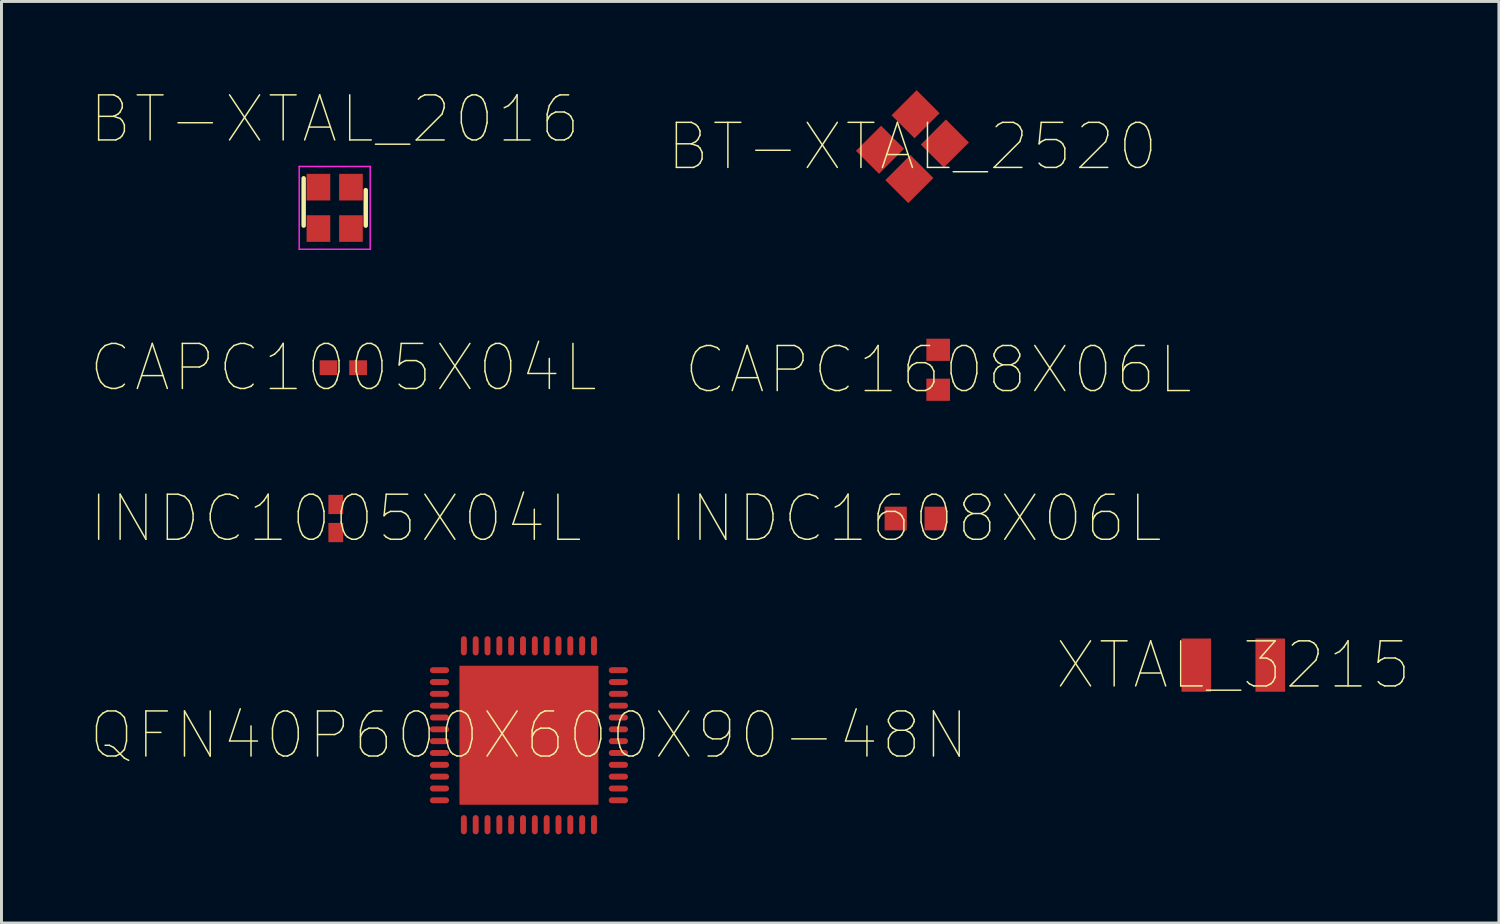
<source format=kicad_pcb>
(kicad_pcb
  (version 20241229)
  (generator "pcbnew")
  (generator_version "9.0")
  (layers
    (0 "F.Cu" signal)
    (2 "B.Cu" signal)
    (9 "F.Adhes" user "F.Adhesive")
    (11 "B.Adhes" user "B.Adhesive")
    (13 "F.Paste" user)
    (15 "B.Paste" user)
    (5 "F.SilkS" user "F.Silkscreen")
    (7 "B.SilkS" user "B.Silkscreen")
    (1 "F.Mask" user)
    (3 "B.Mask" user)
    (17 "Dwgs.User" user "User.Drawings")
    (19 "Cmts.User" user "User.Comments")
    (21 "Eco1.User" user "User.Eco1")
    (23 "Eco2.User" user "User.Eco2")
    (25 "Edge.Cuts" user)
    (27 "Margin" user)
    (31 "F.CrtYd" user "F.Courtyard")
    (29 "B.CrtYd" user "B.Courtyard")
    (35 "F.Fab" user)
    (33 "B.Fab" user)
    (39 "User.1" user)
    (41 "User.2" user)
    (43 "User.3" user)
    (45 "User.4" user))
  (footprint "INDC1608X06L"
    (layer "F.Cu")
    (at 27.914 14.484)
    (property "Reference" "INDC1608X06L" (at 0 0 0) (layer "F.SilkS") (effects (font (size 1.524 1.524) (thickness 0.05))))
    (attr smd)
    (pad "1" smd rect (at 0.675 0 270) (size 0.8 0.75) (layers "F.Cu" "F.Mask" "F.Paste"))
    (pad "2" smd rect (at -0.675 0 270) (size 0.8 0.75) (layers "F.Cu" "F.Mask" "F.Paste")))
  (footprint "XTAL_3215"
    (layer "F.Cu")
    (at 38.654 19.442)
    (property "Reference" "XTAL_3215" (at 0 0 0) (layer "F.SilkS") (effects (font (size 1.524 1.524) (thickness 0.05))))
    (attr smd)
    (pad "1" smd rect (at 1.25 0 180) (size 1 1.8) (layers "F.Cu" "F.Mask" "F.Paste"))
    (pad "2" smd rect (at -1.25 0 180) (size 1 1.8) (layers "F.Cu" "F.Mask" "F.Paste")))
  (footprint "BT-XTAL_2520"
    (layer "F.Cu")
    (at 27.805 1.909)
    (property "Reference" "BT-XTAL_2520" (at 0 0 0) (layer "F.SilkS") (effects (font (size 1.524 1.524) (thickness 0.05))))
    (attr smd)
    (pad "1" smd rect (at 0.106 -1.096 225) (size 1.2 1.1) (layers "F.Cu" "F.Mask" "F.Paste"))
    (pad "2" smd rect (at -0.106 1.096 225) (size 1.2 1.1) (layers "F.Cu" "F.Mask" "F.Paste"))
    (pad "3" smd rect (at -1.096 0.106 225) (size 1.2 1.1) (layers "F.Cu" "F.Mask" "F.Paste"))
    (pad "4" smd rect (at 1.096 -0.106 225) (size 1.2 1.1) (layers "F.Cu" "F.Mask" "F.Paste")))
  (footprint "CAPC1005X04L"
    (layer "F.Cu")
    (at 8.559 9.384)
    (property "Reference" "CAPC1005X04L" (at 0 0 0) (layer "F.SilkS") (effects (font (size 1.524 1.524) (thickness 0.05))))
    (attr smd)
    (pad "1" smd rect (at -0.5 0 90) (size 0.5 0.6) (layers "F.Cu" "F.Mask" "F.Paste"))
    (pad "2" smd rect (at 0.5 0 90) (size 0.5 0.6) (layers "F.Cu" "F.Mask" "F.Paste")))
  (footprint "BT-XTAL_2016"
    (layer "F.Cu")
    (at 8.268 3.979)
    (property "Reference" "BT-XTAL_2016" (at 0 -3 0) (layer "F.SilkS") (effects (font (size 1.524 1.524) (thickness 0.05))))
    (attr smd)
    (fp_line (start -1.05 0.6) (end -1.05 -1) (stroke (width 0.15) (type solid)) (layer "F.SilkS"))
    (fp_line (start 1.05 -0.6) (end 1.05 0.6) (stroke (width 0.15) (type solid)) (layer "F.SilkS"))
    (fp_line (start -1.2 -1.4) (end 1.2 -1.4) (stroke (width 0.05) (type solid)) (layer "F.CrtYd"))
    (fp_line (start -1.2 1.4) (end -1.2 -1.4) (stroke (width 0.05) (type solid)) (layer "F.CrtYd"))
    (fp_line (start 1.2 -1.4) (end 1.2 1.4) (stroke (width 0.05) (type solid)) (layer "F.CrtYd"))
    (fp_line (start 1.2 1.4) (end -1.2 1.4) (stroke (width 0.05) (type solid)) (layer "F.CrtYd"))
    (pad "1" smd rect (at -0.55 -0.7 270) (size 0.9 0.8) (layers "F.Cu" "F.Mask" "F.Paste"))
    (pad "2" smd rect (at -0.55 0.7 270) (size 0.9 0.8) (layers "F.Cu" "F.Mask" "F.Paste"))
    (pad "3" smd rect (at 0.55 0.7 270) (size 0.9 0.8) (layers "F.Cu" "F.Mask" "F.Paste"))
    (pad "4" smd rect (at 0.55 -0.7 270) (size 0.9 0.8) (layers "F.Cu" "F.Mask" "F.Paste")))
  (footprint "INDC1005X04L"
    (layer "F.Cu")
    (at 8.305 14.484)
    (property "Reference" "INDC1005X04L" (at 0 0 0) (layer "F.SilkS") (effects (font (size 1.524 1.524) (thickness 0.05))))
    (attr smd)
    (pad "1" smd rect (at 0 0.475 180) (size 0.5 0.65) (layers "F.Cu" "F.Mask" "F.Paste"))
    (pad "2" smd rect (at 0 -0.475 180) (size 0.5 0.65) (layers "F.Cu" "F.Mask" "F.Paste")))
  (footprint "QFN40P600X600X90-48N"
    (layer "F.Cu")
    (at 14.836 21.813)
    (property "Reference" "QFN40P600X600X90-48N" (at 0 0 0) (layer "F.SilkS") (effects (font (size 1.524 1.524) (thickness 0.05))))
    (attr smd)
    (pad "1" smd oval (at -3.025 -2.2 90) (size 0.2 0.65) (layers "F.Cu" "F.Mask" "F.Paste"))
    (pad "2" smd oval (at -3.025 -1.8 90) (size 0.2 0.65) (layers "F.Cu" "F.Mask" "F.Paste"))
    (pad "3" smd oval (at -3.025 -1.4 90) (size 0.2 0.65) (layers "F.Cu" "F.Mask" "F.Paste"))
    (pad "4" smd oval (at -3.025 -1 90) (size 0.2 0.65) (layers "F.Cu" "F.Mask" "F.Paste"))
    (pad "5" smd oval (at -3.025 -0.6 90) (size 0.2 0.65) (layers "F.Cu" "F.Mask" "F.Paste"))
    (pad "6" smd oval (at -3.025 -0.2 90) (size 0.2 0.65) (layers "F.Cu" "F.Mask" "F.Paste"))
    (pad "7" smd oval (at -3.025 0.2 90) (size 0.2 0.65) (layers "F.Cu" "F.Mask" "F.Paste"))
    (pad "8" smd oval (at -3.025 0.6 90) (size 0.2 0.65) (layers "F.Cu" "F.Mask" "F.Paste"))
    (pad "9" smd oval (at -3.025 1 90) (size 0.2 0.65) (layers "F.Cu" "F.Mask" "F.Paste"))
    (pad "10" smd oval (at -3.025 1.4 90) (size 0.2 0.65) (layers "F.Cu" "F.Mask" "F.Paste"))
    (pad "11" smd oval (at -3.025 1.8 90) (size 0.2 0.65) (layers "F.Cu" "F.Mask" "F.Paste"))
    (pad "12" smd oval (at -3.025 2.2 90) (size 0.2 0.65) (layers "F.Cu" "F.Mask" "F.Paste"))
    (pad "13" smd oval (at -2.2 3.025) (size 0.2 0.65) (layers "F.Cu" "F.Mask" "F.Paste"))
    (pad "14" smd oval (at -1.8 3.025) (size 0.2 0.65) (layers "F.Cu" "F.Mask" "F.Paste"))
    (pad "15" smd oval (at -1.4 3.025) (size 0.2 0.65) (layers "F.Cu" "F.Mask" "F.Paste"))
    (pad "16" smd oval (at -1 3.025) (size 0.2 0.65) (layers "F.Cu" "F.Mask" "F.Paste"))
    (pad "17" smd oval (at -0.6 3.025) (size 0.2 0.65) (layers "F.Cu" "F.Mask" "F.Paste"))
    (pad "18" smd oval (at -0.2 3.025) (size 0.2 0.65) (layers "F.Cu" "F.Mask" "F.Paste"))
    (pad "19" smd oval (at 0.2 3.025) (size 0.2 0.65) (layers "F.Cu" "F.Mask" "F.Paste"))
    (pad "20" smd oval (at 0.6 3.025) (size 0.2 0.65) (layers "F.Cu" "F.Mask" "F.Paste"))
    (pad "21" smd oval (at 1 3.025) (size 0.2 0.65) (layers "F.Cu" "F.Mask" "F.Paste"))
    (pad "22" smd oval (at 1.4 3.025) (size 0.2 0.65) (layers "F.Cu" "F.Mask" "F.Paste"))
    (pad "23" smd oval (at 1.8 3.025) (size 0.2 0.65) (layers "F.Cu" "F.Mask" "F.Paste"))
    (pad "24" smd oval (at 2.2 3.025) (size 0.2 0.65) (layers "F.Cu" "F.Mask" "F.Paste"))
    (pad "25" smd oval (at 3.025 2.2 90) (size 0.2 0.65) (layers "F.Cu" "F.Mask" "F.Paste"))
    (pad "26" smd oval (at 3.025 1.8 90) (size 0.2 0.65) (layers "F.Cu" "F.Mask" "F.Paste"))
    (pad "27" smd oval (at 3.025 1.4 90) (size 0.2 0.65) (layers "F.Cu" "F.Mask" "F.Paste"))
    (pad "28" smd oval (at 3.025 1 90) (size 0.2 0.65) (layers "F.Cu" "F.Mask" "F.Paste"))
    (pad "29" smd oval (at 3.025 0.6 90) (size 0.2 0.65) (layers "F.Cu" "F.Mask" "F.Paste"))
    (pad "30" smd oval (at 3.025 0.2 90) (size 0.2 0.65) (layers "F.Cu" "F.Mask" "F.Paste"))
    (pad "31" smd oval (at 3.025 -0.2 90) (size 0.2 0.65) (layers "F.Cu" "F.Mask" "F.Paste"))
    (pad "32" smd oval (at 3.025 -0.6 90) (size 0.2 0.65) (layers "F.Cu" "F.Mask" "F.Paste"))
    (pad "33" smd oval (at 3.025 -1 90) (size 0.2 0.65) (layers "F.Cu" "F.Mask" "F.Paste"))
    (pad "34" smd oval (at 3.025 -1.4 90) (size 0.2 0.65) (layers "F.Cu" "F.Mask" "F.Paste"))
    (pad "35" smd oval (at 3.025 -1.8 90) (size 0.2 0.65) (layers "F.Cu" "F.Mask" "F.Paste"))
    (pad "36" smd oval (at 3.025 -2.2 90) (size 0.2 0.65) (layers "F.Cu" "F.Mask" "F.Paste"))
    (pad "37" smd oval (at 2.2 -3.025) (size 0.2 0.65) (layers "F.Cu" "F.Mask" "F.Paste"))
    (pad "38" smd oval (at 1.8 -3.025) (size 0.2 0.65) (layers "F.Cu" "F.Mask" "F.Paste"))
    (pad "39" smd oval (at 1.4 -3.025) (size 0.2 0.65) (layers "F.Cu" "F.Mask" "F.Paste"))
    (pad "40" smd oval (at 1 -3.025) (size 0.2 0.65) (layers "F.Cu" "F.Mask" "F.Paste"))
    (pad "41" smd oval (at 0.6 -3.025) (size 0.2 0.65) (layers "F.Cu" "F.Mask" "F.Paste"))
    (pad "42" smd oval (at 0.2 -3.025) (size 0.2 0.65) (layers "F.Cu" "F.Mask" "F.Paste"))
    (pad "43" smd oval (at -0.2 -3.025) (size 0.2 0.65) (layers "F.Cu" "F.Mask" "F.Paste"))
    (pad "44" smd oval (at -0.6 -3.025) (size 0.2 0.65) (layers "F.Cu" "F.Mask" "F.Paste"))
    (pad "45" smd oval (at -1 -3.025) (size 0.2 0.65) (layers "F.Cu" "F.Mask" "F.Paste"))
    (pad "46" smd oval (at -1.4 -3.025) (size 0.2 0.65) (layers "F.Cu" "F.Mask" "F.Paste"))
    (pad "47" smd oval (at -1.8 -3.025) (size 0.2 0.65) (layers "F.Cu" "F.Mask" "F.Paste"))
    (pad "48" smd oval (at -2.2 -3.025) (size 0.2 0.65) (layers "F.Cu" "F.Mask" "F.Paste"))
    (pad "49" smd rect (at 0 0) (size 4.7 4.7) (layers "F.Cu" "F.Mask" "F.Paste")))
  (footprint "CAPC1608X06L"
    (layer "F.Cu")
    (at 28.676 9.454)
    (property "Reference" "CAPC1608X06L" (at 0 0 0) (layer "F.SilkS") (effects (font (size 1.524 1.524) (thickness 0.05))))
    (attr smd)
    (pad "1" smd rect (at 0 0.675 180) (size 0.8 0.75) (layers "F.Cu" "F.Mask" "F.Paste"))
    (pad "2" smd rect (at 0 -0.675 180) (size 0.8 0.75) (layers "F.Cu" "F.Mask" "F.Paste")))
  (gr_rect
    (start -3 -3)
    (end 47.637 28.163)
    (stroke (width 0.1) (type default))
    (fill no)
    (layer "Edge.Cuts")))
</source>
